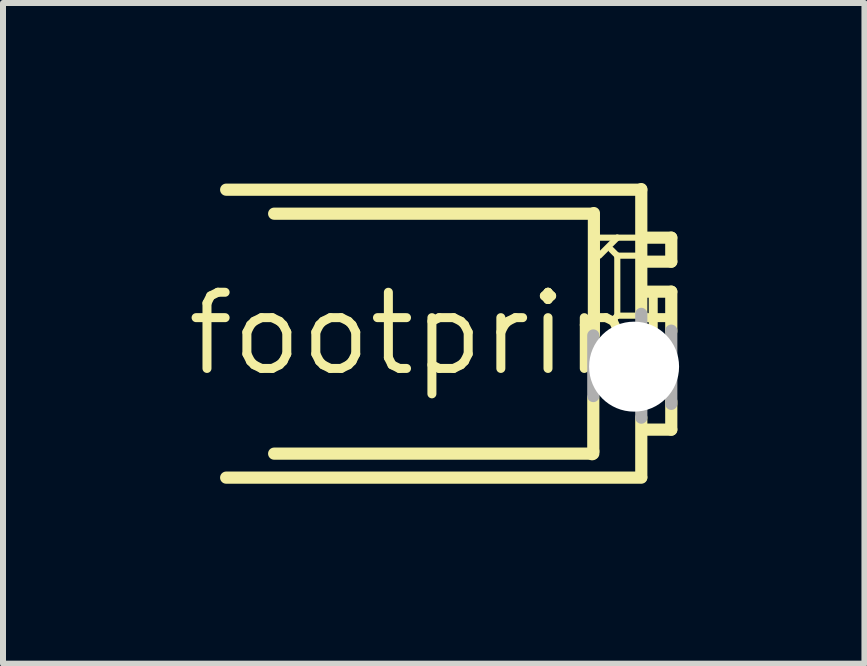
<source format=kicad_pcb>
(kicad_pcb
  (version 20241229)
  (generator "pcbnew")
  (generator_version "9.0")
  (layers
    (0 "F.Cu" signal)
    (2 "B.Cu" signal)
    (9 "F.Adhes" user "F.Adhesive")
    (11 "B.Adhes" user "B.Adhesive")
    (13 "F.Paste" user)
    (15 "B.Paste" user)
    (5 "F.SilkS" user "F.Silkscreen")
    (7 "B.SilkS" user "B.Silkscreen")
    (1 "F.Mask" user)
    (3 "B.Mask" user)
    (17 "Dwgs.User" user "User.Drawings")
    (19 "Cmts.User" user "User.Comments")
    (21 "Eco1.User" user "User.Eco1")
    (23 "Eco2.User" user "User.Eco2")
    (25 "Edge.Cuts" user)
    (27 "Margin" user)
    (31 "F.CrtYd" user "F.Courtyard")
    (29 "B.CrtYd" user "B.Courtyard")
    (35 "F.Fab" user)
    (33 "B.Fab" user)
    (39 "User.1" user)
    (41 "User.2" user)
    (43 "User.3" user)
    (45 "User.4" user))
  (footprint "footprint"
    (layer "F.Cu")
    (at 4.18 2.512)
    (property "Reference" "footprint" (at 0 0 0) (layer "F.SilkS") (effects (font (size 1.27 1.27) (thickness 0.15))))
    (fp_line (start 2.64 2.01) (end 2.66 1.96) (stroke (width 0.203) (type solid)) (layer "F.SilkS"))
    (fp_line (start 2.66 -2) (end -2.66 -2) (stroke (width 0.203) (type solid)) (layer "F.SilkS"))
    (fp_line (start 2.66 1.96) (end 2.66 1.07) (stroke (width 0.203) (type solid)) (layer "F.SilkS"))
    (fp_line (start 2.66 2) (end -2.66 2) (stroke (width 0.203) (type solid)) (layer "F.SilkS"))
    (fp_line (start 2.67 -2.01) (end 2.67 0.02) (stroke (width 0.203) (type solid)) (layer "F.SilkS"))
    (fp_line (start 2.96 -1.4) (end 3.06 -1.3) (stroke (width 0.102) (type solid)) (layer "F.SilkS"))
    (fp_line (start 2.96 -0.2) (end 3.06 -0.3) (stroke (width 0.102) (type solid)) (layer "F.SilkS"))
    (fp_line (start 3.06 -1.6) (end 2.76 -1.6) (stroke (width 0.102) (type solid)) (layer "F.SilkS"))
    (fp_line (start 3.06 -1.6) (end 2.76 -1.3) (stroke (width 0.102) (type solid)) (layer "F.SilkS"))
    (fp_line (start 3.06 -1.3) (end 3.06 -0.3) (stroke (width 0.102) (type solid)) (layer "F.SilkS"))
    (fp_line (start 3.06 -0.3) (end 3.36 -0.3) (stroke (width 0.102) (type solid)) (layer "F.SilkS"))
    (fp_line (start 3.36 -1.6) (end 3.06 -1.6) (stroke (width 0.102) (type solid)) (layer "F.SilkS"))
    (fp_line (start 3.36 -1.3) (end 3.06 -1.3) (stroke (width 0.102) (type solid)) (layer "F.SilkS"))
    (fp_line (start 3.46 -2.41) (end 3.46 -0.3) (stroke (width 0.203) (type solid)) (layer "F.SilkS"))
    (fp_line (start 3.46 -2.4) (end -3.46 -2.4) (stroke (width 0.203) (type solid)) (layer "F.SilkS"))
    (fp_line (start 3.46 2.39) (end 3.46 1.4) (stroke (width 0.203) (type solid)) (layer "F.SilkS"))
    (fp_line (start 3.46 2.4) (end -3.46 2.4) (stroke (width 0.203) (type solid)) (layer "F.SilkS"))
    (fp_line (start 3.56 -1.2) (end 3.96 -1.2) (stroke (width 0.203) (type solid)) (layer "F.SilkS"))
    (fp_line (start 3.56 1.6) (end 3.96 1.6) (stroke (width 0.203) (type solid)) (layer "F.SilkS"))
    (fp_line (start 3.96 -1.6) (end 3.56 -1.6) (stroke (width 0.203) (type solid)) (layer "F.SilkS"))
    (fp_line (start 3.96 -1.2) (end 3.96 -1.6) (stroke (width 0.203) (type solid)) (layer "F.SilkS"))
    (fp_line (start 3.96 -0.7) (end 3.56 -0.7) (stroke (width 0.203) (type solid)) (layer "F.SilkS"))
    (fp_line (start 3.96 -0.04) (end 3.96 -0.7) (stroke (width 0.203) (type solid)) (layer "F.SilkS"))
    (fp_line (start 3.96 1.6) (end 3.96 1.13) (stroke (width 0.203) (type solid)) (layer "F.SilkS"))
    (fp_line (start 2.66 0.03) (end 2.66 1.04) (stroke (width 0.203) (type solid)) (layer "F.Fab"))
    (fp_line (start 3.46 1.4) (end 3.46 -0.33) (stroke (width 0.203) (type solid)) (layer "F.Fab"))
    (fp_line (start 3.96 -0.05) (end 3.96 1.17) (stroke (width 0.203) (type solid)) (layer "F.Fab"))
    (pad "" np_thru_hole circle (at 3.34 0.55) (size 1.5 1.5) (drill 1.5) (layers "*.Cu" "*.Mask")))
  (gr_rect
    (start -3 -3)
    (end 11.36 8.013)
    (stroke (width 0.1) (type default))
    (fill no)
    (layer "Edge.Cuts")))
</source>
